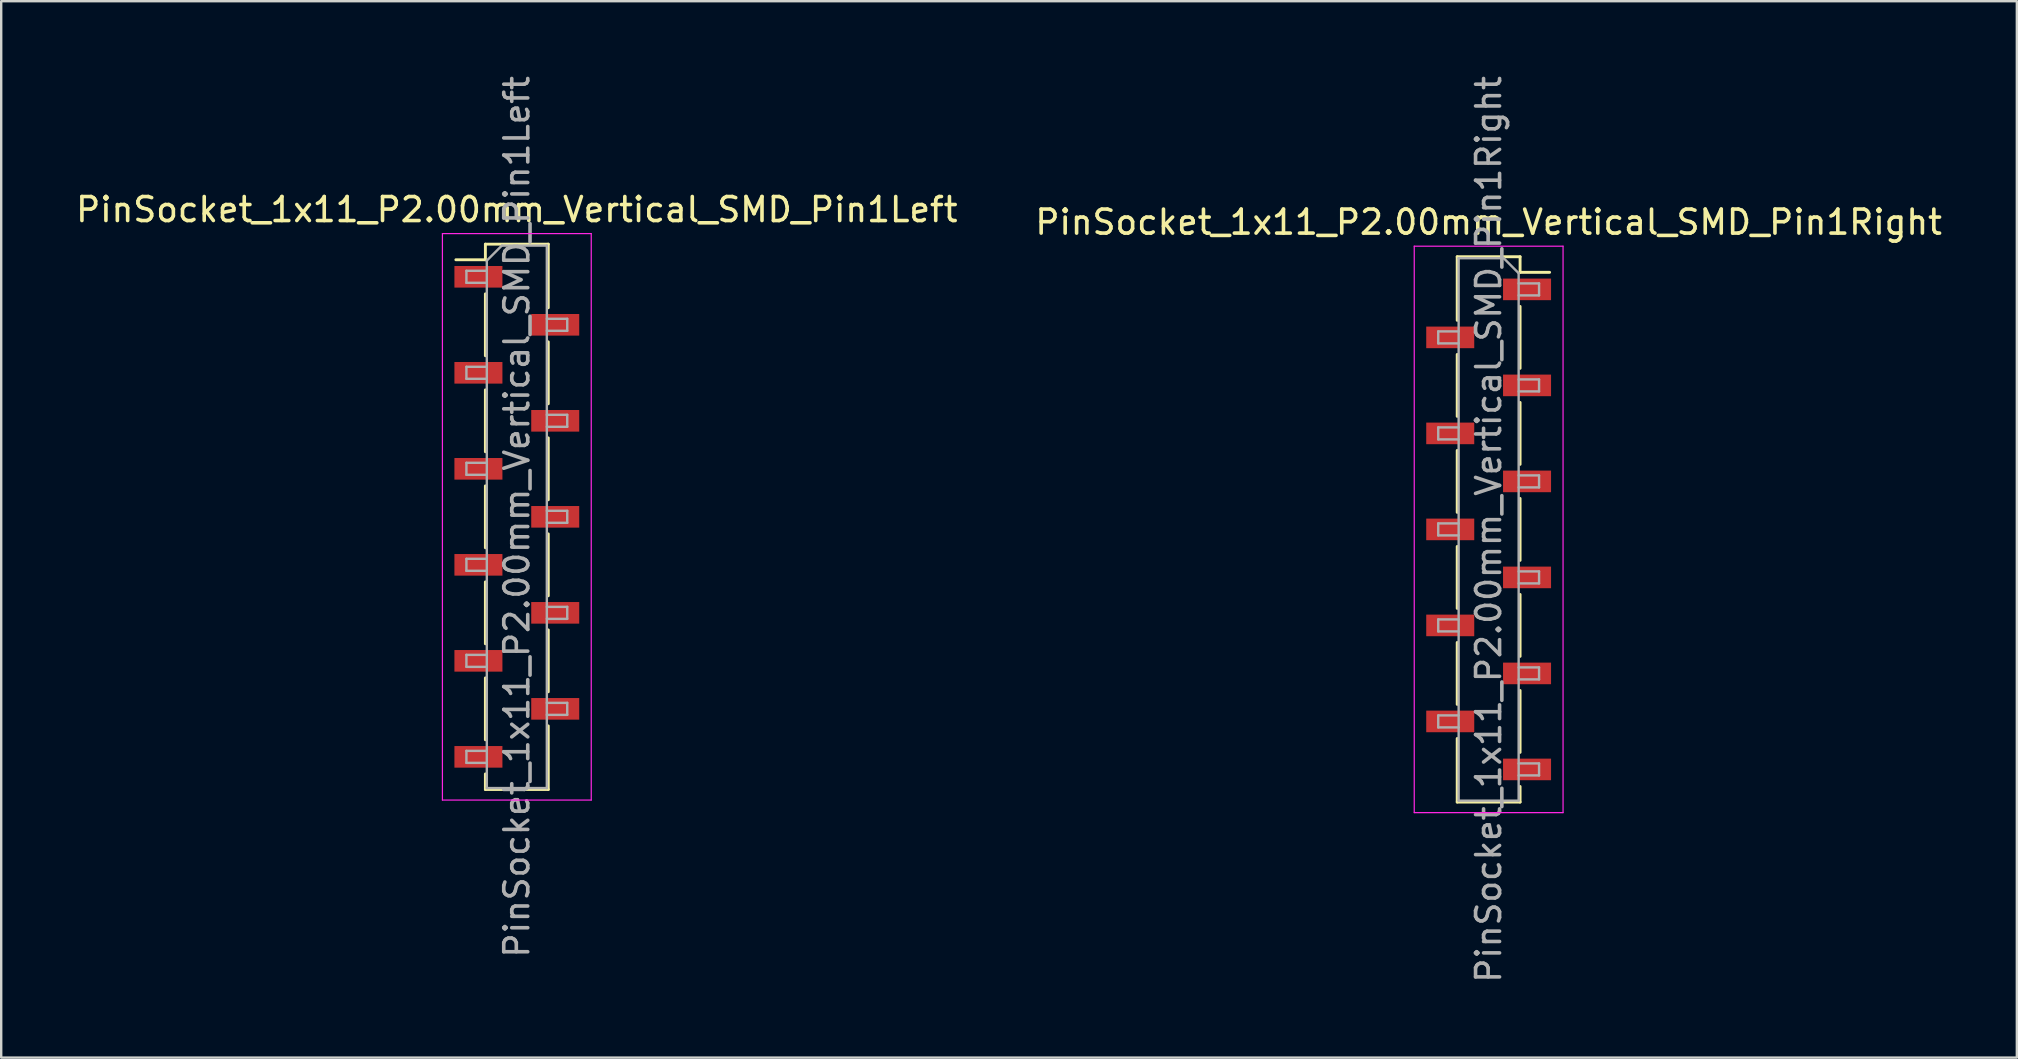
<source format=kicad_pcb>
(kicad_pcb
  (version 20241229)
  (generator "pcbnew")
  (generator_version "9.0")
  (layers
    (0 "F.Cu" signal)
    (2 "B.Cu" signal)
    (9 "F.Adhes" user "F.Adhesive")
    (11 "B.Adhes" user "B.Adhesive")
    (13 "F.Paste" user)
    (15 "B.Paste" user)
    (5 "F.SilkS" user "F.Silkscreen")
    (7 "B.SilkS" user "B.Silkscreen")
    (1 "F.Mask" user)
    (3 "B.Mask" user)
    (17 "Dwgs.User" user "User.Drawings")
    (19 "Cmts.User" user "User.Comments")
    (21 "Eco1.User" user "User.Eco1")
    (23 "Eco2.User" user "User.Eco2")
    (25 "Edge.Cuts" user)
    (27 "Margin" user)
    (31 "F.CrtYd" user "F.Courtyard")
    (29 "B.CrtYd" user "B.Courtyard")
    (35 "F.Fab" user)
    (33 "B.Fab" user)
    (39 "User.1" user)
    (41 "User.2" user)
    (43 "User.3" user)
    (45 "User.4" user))
  (footprint "PinSocket_1x11_P2.00mm_Vertical_SMD_Pin1Left"
    (layer "F.Cu")
    (at 18.482 18.482)
    (property "Reference" "PinSocket_1x11_P2.00mm_Vertical_SMD_Pin1Left" (at 0 -12.8 0) (layer "F.SilkS") (effects (font (size 1 1) (thickness 0.15))))
    (attr smd)
    (fp_line (start -2.54 -10.71) (end -1.31 -10.71) (stroke (width 0.12) (type solid)) (layer "F.SilkS"))
    (fp_line (start -1.31 -11.36) (end -1.31 -10.71) (stroke (width 0.12) (type solid)) (layer "F.SilkS"))
    (fp_line (start -1.31 -11.36) (end 1.31 -11.36) (stroke (width 0.12) (type solid)) (layer "F.SilkS"))
    (fp_line (start -1.31 -9.29) (end -1.31 -6.71) (stroke (width 0.12) (type solid)) (layer "F.SilkS"))
    (fp_line (start -1.31 -5.29) (end -1.31 -2.71) (stroke (width 0.12) (type solid)) (layer "F.SilkS"))
    (fp_line (start -1.31 -1.29) (end -1.31 1.29) (stroke (width 0.12) (type solid)) (layer "F.SilkS"))
    (fp_line (start -1.31 2.71) (end -1.31 5.29) (stroke (width 0.12) (type solid)) (layer "F.SilkS"))
    (fp_line (start -1.31 6.71) (end -1.31 9.29) (stroke (width 0.12) (type solid)) (layer "F.SilkS"))
    (fp_line (start -1.31 10.71) (end -1.31 11.36) (stroke (width 0.12) (type solid)) (layer "F.SilkS"))
    (fp_line (start -1.31 11.36) (end 1.31 11.36) (stroke (width 0.12) (type solid)) (layer "F.SilkS"))
    (fp_line (start 1.31 -11.36) (end 1.31 -8.71) (stroke (width 0.12) (type solid)) (layer "F.SilkS"))
    (fp_line (start 1.31 -7.29) (end 1.31 -4.71) (stroke (width 0.12) (type solid)) (layer "F.SilkS"))
    (fp_line (start 1.31 -3.29) (end 1.31 -0.71) (stroke (width 0.12) (type solid)) (layer "F.SilkS"))
    (fp_line (start 1.31 0.71) (end 1.31 3.29) (stroke (width 0.12) (type solid)) (layer "F.SilkS"))
    (fp_line (start 1.31 4.71) (end 1.31 7.29) (stroke (width 0.12) (type solid)) (layer "F.SilkS"))
    (fp_line (start 1.31 8.71) (end 1.31 11.36) (stroke (width 0.12) (type solid)) (layer "F.SilkS"))
    (fp_line (start -3.1 -11.8) (end 3.1 -11.8) (stroke (width 0.05) (type solid)) (layer "F.CrtYd"))
    (fp_line (start -3.1 11.8) (end -3.1 -11.8) (stroke (width 0.05) (type solid)) (layer "F.CrtYd"))
    (fp_line (start 3.1 -11.8) (end 3.1 11.8) (stroke (width 0.05) (type solid)) (layer "F.CrtYd"))
    (fp_line (start 3.1 11.8) (end -3.1 11.8) (stroke (width 0.05) (type solid)) (layer "F.CrtYd"))
    (fp_line (start -2.1 -10.25) (end -1.25 -10.25) (stroke (width 0.1) (type solid)) (layer "F.Fab"))
    (fp_line (start -2.1 -9.75) (end -2.1 -10.25) (stroke (width 0.1) (type solid)) (layer "F.Fab"))
    (fp_line (start -2.1 -6.25) (end -1.25 -6.25) (stroke (width 0.1) (type solid)) (layer "F.Fab"))
    (fp_line (start -2.1 -5.75) (end -2.1 -6.25) (stroke (width 0.1) (type solid)) (layer "F.Fab"))
    (fp_line (start -2.1 -2.25) (end -1.25 -2.25) (stroke (width 0.1) (type solid)) (layer "F.Fab"))
    (fp_line (start -2.1 -1.75) (end -2.1 -2.25) (stroke (width 0.1) (type solid)) (layer "F.Fab"))
    (fp_line (start -2.1 1.75) (end -1.25 1.75) (stroke (width 0.1) (type solid)) (layer "F.Fab"))
    (fp_line (start -2.1 2.25) (end -2.1 1.75) (stroke (width 0.1) (type solid)) (layer "F.Fab"))
    (fp_line (start -2.1 5.75) (end -1.25 5.75) (stroke (width 0.1) (type solid)) (layer "F.Fab"))
    (fp_line (start -2.1 6.25) (end -2.1 5.75) (stroke (width 0.1) (type solid)) (layer "F.Fab"))
    (fp_line (start -2.1 9.75) (end -1.25 9.75) (stroke (width 0.1) (type solid)) (layer "F.Fab"))
    (fp_line (start -2.1 10.25) (end -2.1 9.75) (stroke (width 0.1) (type solid)) (layer "F.Fab"))
    (fp_line (start -1.25 -10.675) (end -0.625 -11.3) (stroke (width 0.1) (type solid)) (layer "F.Fab"))
    (fp_line (start -1.25 -9.75) (end -2.1 -9.75) (stroke (width 0.1) (type solid)) (layer "F.Fab"))
    (fp_line (start -1.25 -5.75) (end -2.1 -5.75) (stroke (width 0.1) (type solid)) (layer "F.Fab"))
    (fp_line (start -1.25 -1.75) (end -2.1 -1.75) (stroke (width 0.1) (type solid)) (layer "F.Fab"))
    (fp_line (start -1.25 2.25) (end -2.1 2.25) (stroke (width 0.1) (type solid)) (layer "F.Fab"))
    (fp_line (start -1.25 6.25) (end -2.1 6.25) (stroke (width 0.1) (type solid)) (layer "F.Fab"))
    (fp_line (start -1.25 10.25) (end -2.1 10.25) (stroke (width 0.1) (type solid)) (layer "F.Fab"))
    (fp_line (start -1.25 11.3) (end -1.25 -10.675) (stroke (width 0.1) (type solid)) (layer "F.Fab"))
    (fp_line (start -0.625 -11.3) (end 1.25 -11.3) (stroke (width 0.1) (type solid)) (layer "F.Fab"))
    (fp_line (start 1.25 -11.3) (end 1.25 11.3) (stroke (width 0.1) (type solid)) (layer "F.Fab"))
    (fp_line (start 1.25 -8.25) (end 2.1 -8.25) (stroke (width 0.1) (type solid)) (layer "F.Fab"))
    (fp_line (start 1.25 -4.25) (end 2.1 -4.25) (stroke (width 0.1) (type solid)) (layer "F.Fab"))
    (fp_line (start 1.25 -0.25) (end 2.1 -0.25) (stroke (width 0.1) (type solid)) (layer "F.Fab"))
    (fp_line (start 1.25 3.75) (end 2.1 3.75) (stroke (width 0.1) (type solid)) (layer "F.Fab"))
    (fp_line (start 1.25 7.75) (end 2.1 7.75) (stroke (width 0.1) (type solid)) (layer "F.Fab"))
    (fp_line (start 1.25 11.3) (end -1.25 11.3) (stroke (width 0.1) (type solid)) (layer "F.Fab"))
    (fp_line (start 2.1 -8.25) (end 2.1 -7.75) (stroke (width 0.1) (type solid)) (layer "F.Fab"))
    (fp_line (start 2.1 -7.75) (end 1.25 -7.75) (stroke (width 0.1) (type solid)) (layer "F.Fab"))
    (fp_line (start 2.1 -4.25) (end 2.1 -3.75) (stroke (width 0.1) (type solid)) (layer "F.Fab"))
    (fp_line (start 2.1 -3.75) (end 1.25 -3.75) (stroke (width 0.1) (type solid)) (layer "F.Fab"))
    (fp_line (start 2.1 -0.25) (end 2.1 0.25) (stroke (width 0.1) (type solid)) (layer "F.Fab"))
    (fp_line (start 2.1 0.25) (end 1.25 0.25) (stroke (width 0.1) (type solid)) (layer "F.Fab"))
    (fp_line (start 2.1 3.75) (end 2.1 4.25) (stroke (width 0.1) (type solid)) (layer "F.Fab"))
    (fp_line (start 2.1 4.25) (end 1.25 4.25) (stroke (width 0.1) (type solid)) (layer "F.Fab"))
    (fp_line (start 2.1 7.75) (end 2.1 8.25) (stroke (width 0.1) (type solid)) (layer "F.Fab"))
    (fp_line (start 2.1 8.25) (end 1.25 8.25) (stroke (width 0.1) (type solid)) (layer "F.Fab"))
    (fp_text user "${REFERENCE}" (at 0 0 90) (layer "F.Fab") (effects (font (size 1 1) (thickness 0.15))))
    (pad "1" smd rect (at -1.6 -10) (size 2 0.9) (layers "F.Cu" "F.Mask" "F.Paste"))
    (pad "2" smd rect (at 1.6 -8) (size 2 0.9) (layers "F.Cu" "F.Mask" "F.Paste"))
    (pad "3" smd rect (at -1.6 -6) (size 2 0.9) (layers "F.Cu" "F.Mask" "F.Paste"))
    (pad "4" smd rect (at 1.6 -4) (size 2 0.9) (layers "F.Cu" "F.Mask" "F.Paste"))
    (pad "5" smd rect (at -1.6 -2) (size 2 0.9) (layers "F.Cu" "F.Mask" "F.Paste"))
    (pad "6" smd rect (at 1.6 0) (size 2 0.9) (layers "F.Cu" "F.Mask" "F.Paste"))
    (pad "7" smd rect (at -1.6 2) (size 2 0.9) (layers "F.Cu" "F.Mask" "F.Paste"))
    (pad "8" smd rect (at 1.6 4) (size 2 0.9) (layers "F.Cu" "F.Mask" "F.Paste"))
    (pad "9" smd rect (at -1.6 6) (size 2 0.9) (layers "F.Cu" "F.Mask" "F.Paste"))
    (pad "10" smd rect (at 1.6 8) (size 2 0.9) (layers "F.Cu" "F.Mask" "F.Paste"))
    (pad "11" smd rect (at -1.6 10) (size 2 0.9) (layers "F.Cu" "F.Mask" "F.Paste")))
  (footprint "PinSocket_1x11_P2.00mm_Vertical_SMD_Pin1Right"
    (layer "F.Cu")
    (at 58.97 19.006)
    (property "Reference" "PinSocket_1x11_P2.00mm_Vertical_SMD_Pin1Right" (at 0 -12.8 0) (layer "F.SilkS") (effects (font (size 1 1) (thickness 0.15))))
    (attr smd)
    (fp_line (start -1.31 -11.36) (end -1.31 -8.71) (stroke (width 0.12) (type solid)) (layer "F.SilkS"))
    (fp_line (start -1.31 -11.36) (end 1.31 -11.36) (stroke (width 0.12) (type solid)) (layer "F.SilkS"))
    (fp_line (start -1.31 -7.29) (end -1.31 -4.71) (stroke (width 0.12) (type solid)) (layer "F.SilkS"))
    (fp_line (start -1.31 -3.29) (end -1.31 -0.71) (stroke (width 0.12) (type solid)) (layer "F.SilkS"))
    (fp_line (start -1.31 0.71) (end -1.31 3.29) (stroke (width 0.12) (type solid)) (layer "F.SilkS"))
    (fp_line (start -1.31 4.71) (end -1.31 7.29) (stroke (width 0.12) (type solid)) (layer "F.SilkS"))
    (fp_line (start -1.31 8.71) (end -1.31 11.36) (stroke (width 0.12) (type solid)) (layer "F.SilkS"))
    (fp_line (start -1.31 11.36) (end 1.31 11.36) (stroke (width 0.12) (type solid)) (layer "F.SilkS"))
    (fp_line (start 1.31 -11.36) (end 1.31 -10.71) (stroke (width 0.12) (type solid)) (layer "F.SilkS"))
    (fp_line (start 1.31 -10.71) (end 2.54 -10.71) (stroke (width 0.12) (type solid)) (layer "F.SilkS"))
    (fp_line (start 1.31 -9.29) (end 1.31 -6.71) (stroke (width 0.12) (type solid)) (layer "F.SilkS"))
    (fp_line (start 1.31 -5.29) (end 1.31 -2.71) (stroke (width 0.12) (type solid)) (layer "F.SilkS"))
    (fp_line (start 1.31 -1.29) (end 1.31 1.29) (stroke (width 0.12) (type solid)) (layer "F.SilkS"))
    (fp_line (start 1.31 2.71) (end 1.31 5.29) (stroke (width 0.12) (type solid)) (layer "F.SilkS"))
    (fp_line (start 1.31 6.71) (end 1.31 9.29) (stroke (width 0.12) (type solid)) (layer "F.SilkS"))
    (fp_line (start 1.31 10.71) (end 1.31 11.36) (stroke (width 0.12) (type solid)) (layer "F.SilkS"))
    (fp_line (start -3.1 -11.8) (end 3.1 -11.8) (stroke (width 0.05) (type solid)) (layer "F.CrtYd"))
    (fp_line (start -3.1 11.8) (end -3.1 -11.8) (stroke (width 0.05) (type solid)) (layer "F.CrtYd"))
    (fp_line (start 3.1 -11.8) (end 3.1 11.8) (stroke (width 0.05) (type solid)) (layer "F.CrtYd"))
    (fp_line (start 3.1 11.8) (end -3.1 11.8) (stroke (width 0.05) (type solid)) (layer "F.CrtYd"))
    (fp_line (start -2.1 -8.25) (end -1.25 -8.25) (stroke (width 0.1) (type solid)) (layer "F.Fab"))
    (fp_line (start -2.1 -7.75) (end -2.1 -8.25) (stroke (width 0.1) (type solid)) (layer "F.Fab"))
    (fp_line (start -2.1 -4.25) (end -1.25 -4.25) (stroke (width 0.1) (type solid)) (layer "F.Fab"))
    (fp_line (start -2.1 -3.75) (end -2.1 -4.25) (stroke (width 0.1) (type solid)) (layer "F.Fab"))
    (fp_line (start -2.1 -0.25) (end -1.25 -0.25) (stroke (width 0.1) (type solid)) (layer "F.Fab"))
    (fp_line (start -2.1 0.25) (end -2.1 -0.25) (stroke (width 0.1) (type solid)) (layer "F.Fab"))
    (fp_line (start -2.1 3.75) (end -1.25 3.75) (stroke (width 0.1) (type solid)) (layer "F.Fab"))
    (fp_line (start -2.1 4.25) (end -2.1 3.75) (stroke (width 0.1) (type solid)) (layer "F.Fab"))
    (fp_line (start -2.1 7.75) (end -1.25 7.75) (stroke (width 0.1) (type solid)) (layer "F.Fab"))
    (fp_line (start -2.1 8.25) (end -2.1 7.75) (stroke (width 0.1) (type solid)) (layer "F.Fab"))
    (fp_line (start -1.25 -11.3) (end 0.625 -11.3) (stroke (width 0.1) (type solid)) (layer "F.Fab"))
    (fp_line (start -1.25 -7.75) (end -2.1 -7.75) (stroke (width 0.1) (type solid)) (layer "F.Fab"))
    (fp_line (start -1.25 -3.75) (end -2.1 -3.75) (stroke (width 0.1) (type solid)) (layer "F.Fab"))
    (fp_line (start -1.25 0.25) (end -2.1 0.25) (stroke (width 0.1) (type solid)) (layer "F.Fab"))
    (fp_line (start -1.25 4.25) (end -2.1 4.25) (stroke (width 0.1) (type solid)) (layer "F.Fab"))
    (fp_line (start -1.25 8.25) (end -2.1 8.25) (stroke (width 0.1) (type solid)) (layer "F.Fab"))
    (fp_line (start -1.25 11.3) (end -1.25 -11.3) (stroke (width 0.1) (type solid)) (layer "F.Fab"))
    (fp_line (start 0.625 -11.3) (end 1.25 -10.675) (stroke (width 0.1) (type solid)) (layer "F.Fab"))
    (fp_line (start 1.25 -10.675) (end 1.25 11.3) (stroke (width 0.1) (type solid)) (layer "F.Fab"))
    (fp_line (start 1.25 -10.25) (end 2.1 -10.25) (stroke (width 0.1) (type solid)) (layer "F.Fab"))
    (fp_line (start 1.25 -6.25) (end 2.1 -6.25) (stroke (width 0.1) (type solid)) (layer "F.Fab"))
    (fp_line (start 1.25 -2.25) (end 2.1 -2.25) (stroke (width 0.1) (type solid)) (layer "F.Fab"))
    (fp_line (start 1.25 1.75) (end 2.1 1.75) (stroke (width 0.1) (type solid)) (layer "F.Fab"))
    (fp_line (start 1.25 5.75) (end 2.1 5.75) (stroke (width 0.1) (type solid)) (layer "F.Fab"))
    (fp_line (start 1.25 9.75) (end 2.1 9.75) (stroke (width 0.1) (type solid)) (layer "F.Fab"))
    (fp_line (start 1.25 11.3) (end -1.25 11.3) (stroke (width 0.1) (type solid)) (layer "F.Fab"))
    (fp_line (start 2.1 -10.25) (end 2.1 -9.75) (stroke (width 0.1) (type solid)) (layer "F.Fab"))
    (fp_line (start 2.1 -9.75) (end 1.25 -9.75) (stroke (width 0.1) (type solid)) (layer "F.Fab"))
    (fp_line (start 2.1 -6.25) (end 2.1 -5.75) (stroke (width 0.1) (type solid)) (layer "F.Fab"))
    (fp_line (start 2.1 -5.75) (end 1.25 -5.75) (stroke (width 0.1) (type solid)) (layer "F.Fab"))
    (fp_line (start 2.1 -2.25) (end 2.1 -1.75) (stroke (width 0.1) (type solid)) (layer "F.Fab"))
    (fp_line (start 2.1 -1.75) (end 1.25 -1.75) (stroke (width 0.1) (type solid)) (layer "F.Fab"))
    (fp_line (start 2.1 1.75) (end 2.1 2.25) (stroke (width 0.1) (type solid)) (layer "F.Fab"))
    (fp_line (start 2.1 2.25) (end 1.25 2.25) (stroke (width 0.1) (type solid)) (layer "F.Fab"))
    (fp_line (start 2.1 5.75) (end 2.1 6.25) (stroke (width 0.1) (type solid)) (layer "F.Fab"))
    (fp_line (start 2.1 6.25) (end 1.25 6.25) (stroke (width 0.1) (type solid)) (layer "F.Fab"))
    (fp_line (start 2.1 9.75) (end 2.1 10.25) (stroke (width 0.1) (type solid)) (layer "F.Fab"))
    (fp_line (start 2.1 10.25) (end 1.25 10.25) (stroke (width 0.1) (type solid)) (layer "F.Fab"))
    (fp_text user "${REFERENCE}" (at 0 0 90) (layer "F.Fab") (effects (font (size 1 1) (thickness 0.15))))
    (pad "1" smd rect (at 1.6 -10) (size 2 0.9) (layers "F.Cu" "F.Mask" "F.Paste"))
    (pad "2" smd rect (at -1.6 -8) (size 2 0.9) (layers "F.Cu" "F.Mask" "F.Paste"))
    (pad "3" smd rect (at 1.6 -6) (size 2 0.9) (layers "F.Cu" "F.Mask" "F.Paste"))
    (pad "4" smd rect (at -1.6 -4) (size 2 0.9) (layers "F.Cu" "F.Mask" "F.Paste"))
    (pad "5" smd rect (at 1.6 -2) (size 2 0.9) (layers "F.Cu" "F.Mask" "F.Paste"))
    (pad "6" smd rect (at -1.6 0) (size 2 0.9) (layers "F.Cu" "F.Mask" "F.Paste"))
    (pad "7" smd rect (at 1.6 2) (size 2 0.9) (layers "F.Cu" "F.Mask" "F.Paste"))
    (pad "8" smd rect (at -1.6 4) (size 2 0.9) (layers "F.Cu" "F.Mask" "F.Paste"))
    (pad "9" smd rect (at 1.6 6) (size 2 0.9) (layers "F.Cu" "F.Mask" "F.Paste"))
    (pad "10" smd rect (at -1.6 8) (size 2 0.9) (layers "F.Cu" "F.Mask" "F.Paste"))
    (pad "11" smd rect (at 1.6 10) (size 2 0.9) (layers "F.Cu" "F.Mask" "F.Paste")))
  (gr_rect
    (start -3 -3)
    (end 80.976 41.012)
    (stroke (width 0.1) (type default))
    (fill no)
    (layer "Edge.Cuts")))
</source>
